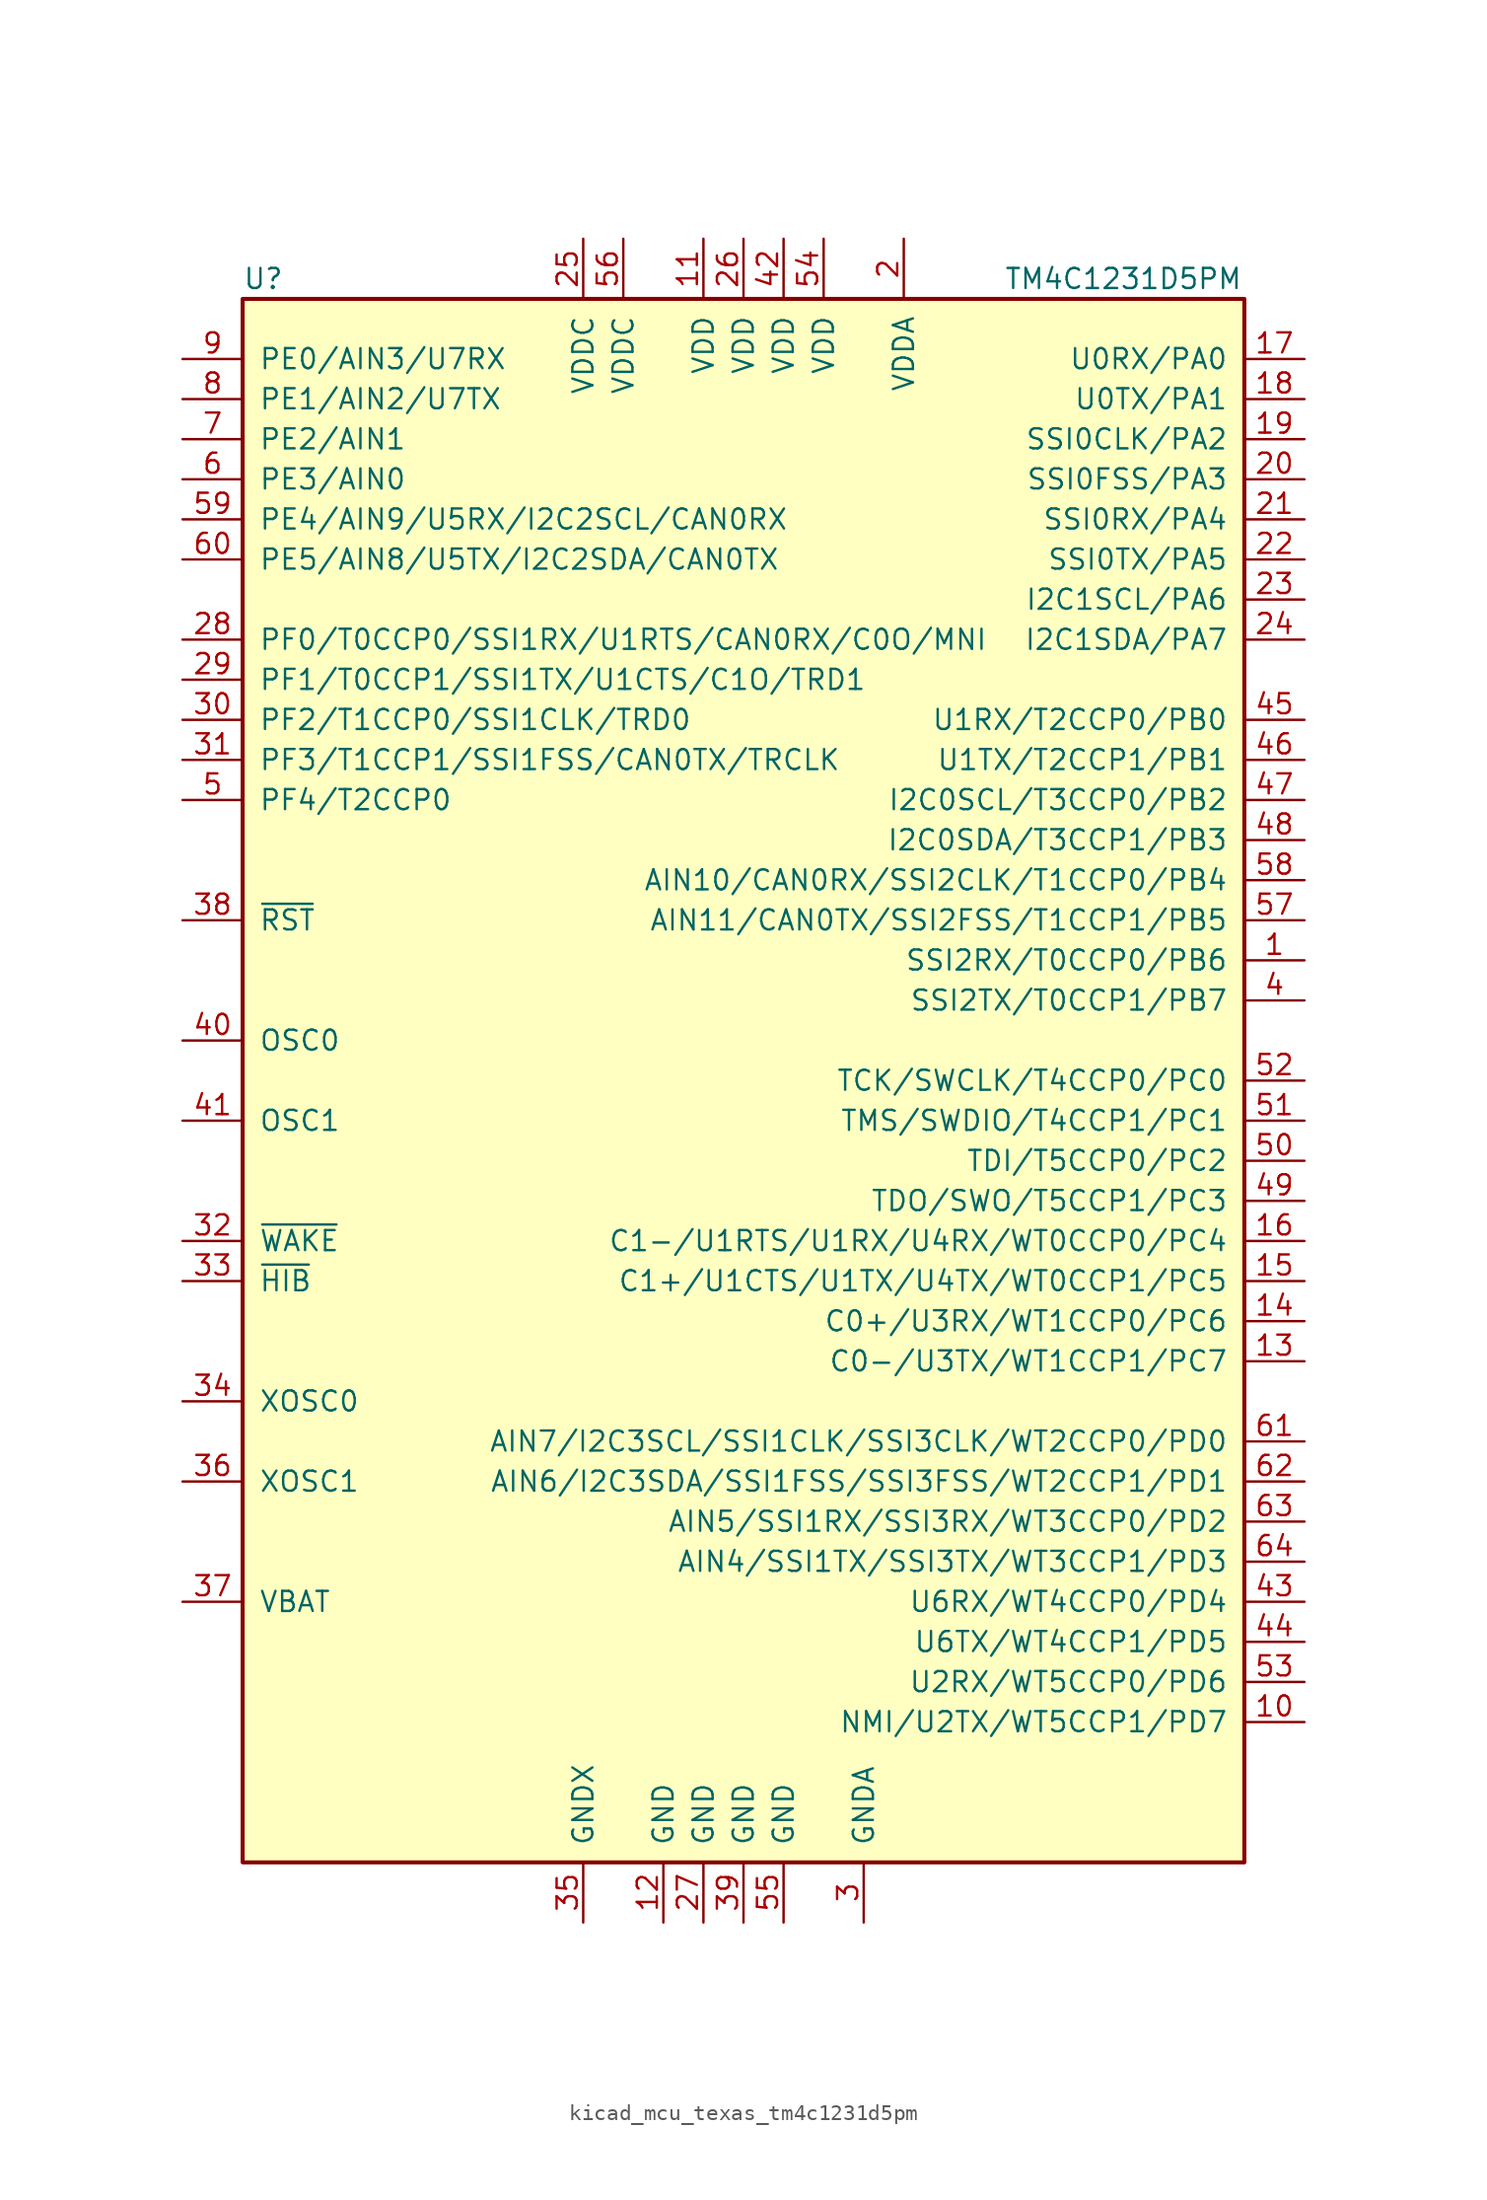
<source format=kicad_sym>
(kicad_symbol_lib
  (version 20220914)
  (generator kicad_symbol_editor)
  (symbol "kicad_mcu_texas_tm4c1231d5pm"
    (pin_names
      (offset 1.016))
    (property "Reference" "U"
      (at -31.75 50.8 0)
      (effects (font (size 1.27 1.27)) (justify left)))
    (property "Value" "TM4C1231D5PM"
      (at 16.51 50.8 0)
      (effects (font (size 1.27 1.27)) (justify left)))
    (symbol "kicad_mcu_texas_tm4c1231d5pm_0_1"
      (rectangle (start -31.75 49.53) (end 31.75 -49.53) (stroke (width 0.254) (type default)) (fill (type background))))
    (symbol "kicad_mcu_texas_tm4c1231d5pm_1_1"
      (pin bidirectional line (at 35.56 7.62 180) (length 3.81) (name "SSI2RX/T0CCP0/PB6" (effects (font (size 1.27 1.27)))) (number "1" (effects (font (size 1.27 1.27)))))
      (pin bidirectional line (at 35.56 -40.64 180) (length 3.81) (name "NMI/U2TX/WT5CCP1/PD7" (effects (font (size 1.27 1.27)))) (number "10" (effects (font (size 1.27 1.27)))))
      (pin power_in line (at -2.54 53.34 270) (length 3.81) (name "VDD" (effects (font (size 1.27 1.27)))) (number "11" (effects (font (size 1.27 1.27)))))
      (pin power_in line (at -5.08 -53.34 90) (length 3.81) (name "GND" (effects (font (size 1.27 1.27)))) (number "12" (effects (font (size 1.27 1.27)))))
      (pin bidirectional line (at 35.56 -17.78 180) (length 3.81) (name "C0-/U3TX/WT1CCP1/PC7" (effects (font (size 1.27 1.27)))) (number "13" (effects (font (size 1.27 1.27)))))
      (pin bidirectional line (at 35.56 -15.24 180) (length 3.81) (name "C0+/U3RX/WT1CCP0/PC6" (effects (font (size 1.27 1.27)))) (number "14" (effects (font (size 1.27 1.27)))))
      (pin bidirectional line (at 35.56 -12.7 180) (length 3.81) (name "C1+/U1CTS/U1TX/U4TX/WT0CCP1/PC5" (effects (font (size 1.27 1.27)))) (number "15" (effects (font (size 1.27 1.27)))))
      (pin bidirectional line (at 35.56 -10.16 180) (length 3.81) (name "C1-/U1RTS/U1RX/U4RX/WT0CCP0/PC4" (effects (font (size 1.27 1.27)))) (number "16" (effects (font (size 1.27 1.27)))))
      (pin bidirectional line (at 35.56 45.72 180) (length 3.81) (name "U0RX/PA0" (effects (font (size 1.27 1.27)))) (number "17" (effects (font (size 1.27 1.27)))))
      (pin bidirectional line (at 35.56 43.18 180) (length 3.81) (name "U0TX/PA1" (effects (font (size 1.27 1.27)))) (number "18" (effects (font (size 1.27 1.27)))))
      (pin bidirectional line (at 35.56 40.64 180) (length 3.81) (name "SSI0CLK/PA2" (effects (font (size 1.27 1.27)))) (number "19" (effects (font (size 1.27 1.27)))))
      (pin power_in line (at 10.16 53.34 270) (length 3.81) (name "VDDA" (effects (font (size 1.27 1.27)))) (number "2" (effects (font (size 1.27 1.27)))))
      (pin bidirectional line (at 35.56 38.1 180) (length 3.81) (name "SSI0FSS/PA3" (effects (font (size 1.27 1.27)))) (number "20" (effects (font (size 1.27 1.27)))))
      (pin bidirectional line (at 35.56 35.56 180) (length 3.81) (name "SSI0RX/PA4" (effects (font (size 1.27 1.27)))) (number "21" (effects (font (size 1.27 1.27)))))
      (pin bidirectional line (at 35.56 33.02 180) (length 3.81) (name "SSI0TX/PA5" (effects (font (size 1.27 1.27)))) (number "22" (effects (font (size 1.27 1.27)))))
      (pin bidirectional line (at 35.56 30.48 180) (length 3.81) (name "I2C1SCL/PA6" (effects (font (size 1.27 1.27)))) (number "23" (effects (font (size 1.27 1.27)))))
      (pin bidirectional line (at 35.56 27.94 180) (length 3.81) (name "I2C1SDA/PA7" (effects (font (size 1.27 1.27)))) (number "24" (effects (font (size 1.27 1.27)))))
      (pin power_in line (at -10.16 53.34 270) (length 3.81) (name "VDDC" (effects (font (size 1.27 1.27)))) (number "25" (effects (font (size 1.27 1.27)))))
      (pin power_in line (at 0 53.34 270) (length 3.81) (name "VDD" (effects (font (size 1.27 1.27)))) (number "26" (effects (font (size 1.27 1.27)))))
      (pin power_in line (at -2.54 -53.34 90) (length 3.81) (name "GND" (effects (font (size 1.27 1.27)))) (number "27" (effects (font (size 1.27 1.27)))))
      (pin bidirectional line (at -35.56 27.94 0) (length 3.81) (name "PF0/T0CCP0/SSI1RX/U1RTS/CAN0RX/C0O/MNI" (effects (font (size 1.27 1.27)))) (number "28" (effects (font (size 1.27 1.27)))))
      (pin bidirectional line (at -35.56 25.4 0) (length 3.81) (name "PF1/T0CCP1/SSI1TX/U1CTS/C1O/TRD1" (effects (font (size 1.27 1.27)))) (number "29" (effects (font (size 1.27 1.27)))))
      (pin power_in line (at 7.62 -53.34 90) (length 3.81) (name "GNDA" (effects (font (size 1.27 1.27)))) (number "3" (effects (font (size 1.27 1.27)))))
      (pin bidirectional line (at -35.56 22.86 0) (length 3.81) (name "PF2/T1CCP0/SSI1CLK/TRD0" (effects (font (size 1.27 1.27)))) (number "30" (effects (font (size 1.27 1.27)))))
      (pin bidirectional line (at -35.56 20.32 0) (length 3.81) (name "PF3/T1CCP1/SSI1FSS/CAN0TX/TRCLK" (effects (font (size 1.27 1.27)))) (number "31" (effects (font (size 1.27 1.27)))))
      (pin input line (at -35.56 -10.16 0) (length 3.81) (name "~{WAKE}" (effects (font (size 1.27 1.27)))) (number "32" (effects (font (size 1.27 1.27)))))
      (pin open_collector line (at -35.56 -12.7 0) (length 3.81) (name "~{HIB}" (effects (font (size 1.27 1.27)))) (number "33" (effects (font (size 1.27 1.27)))))
      (pin passive line (at -35.56 -20.32 0) (length 3.81) (name "XOSC0" (effects (font (size 1.27 1.27)))) (number "34" (effects (font (size 1.27 1.27)))))
      (pin power_in line (at -10.16 -53.34 90) (length 3.81) (name "GNDX" (effects (font (size 1.27 1.27)))) (number "35" (effects (font (size 1.27 1.27)))))
      (pin passive line (at -35.56 -25.4 0) (length 3.81) (name "XOSC1" (effects (font (size 1.27 1.27)))) (number "36" (effects (font (size 1.27 1.27)))))
      (pin passive line (at -35.56 -33.02 0) (length 3.81) (name "VBAT" (effects (font (size 1.27 1.27)))) (number "37" (effects (font (size 1.27 1.27)))))
      (pin input line (at -35.56 10.16 0) (length 3.81) (name "~{RST}" (effects (font (size 1.27 1.27)))) (number "38" (effects (font (size 1.27 1.27)))))
      (pin bidirectional line (at 0 -53.34 90) (length 3.81) (name "GND" (effects (font (size 1.27 1.27)))) (number "39" (effects (font (size 1.27 1.27)))))
      (pin bidirectional line (at 35.56 5.08 180) (length 3.81) (name "SSI2TX/T0CCP1/PB7" (effects (font (size 1.27 1.27)))) (number "4" (effects (font (size 1.27 1.27)))))
      (pin passive line (at -35.56 2.54 0) (length 3.81) (name "OSC0" (effects (font (size 1.27 1.27)))) (number "40" (effects (font (size 1.27 1.27)))))
      (pin passive line (at -35.56 -2.54 0) (length 3.81) (name "OSC1" (effects (font (size 1.27 1.27)))) (number "41" (effects (font (size 1.27 1.27)))))
      (pin power_in line (at 2.54 53.34 270) (length 3.81) (name "VDD" (effects (font (size 1.27 1.27)))) (number "42" (effects (font (size 1.27 1.27)))))
      (pin bidirectional line (at 35.56 -33.02 180) (length 3.81) (name "U6RX/WT4CCP0/PD4" (effects (font (size 1.27 1.27)))) (number "43" (effects (font (size 1.27 1.27)))))
      (pin bidirectional line (at 35.56 -35.56 180) (length 3.81) (name "U6TX/WT4CCP1/PD5" (effects (font (size 1.27 1.27)))) (number "44" (effects (font (size 1.27 1.27)))))
      (pin bidirectional line (at 35.56 22.86 180) (length 3.81) (name "U1RX/T2CCP0/PB0" (effects (font (size 1.27 1.27)))) (number "45" (effects (font (size 1.27 1.27)))))
      (pin bidirectional line (at 35.56 20.32 180) (length 3.81) (name "U1TX/T2CCP1/PB1" (effects (font (size 1.27 1.27)))) (number "46" (effects (font (size 1.27 1.27)))))
      (pin bidirectional line (at 35.56 17.78 180) (length 3.81) (name "I2C0SCL/T3CCP0/PB2" (effects (font (size 1.27 1.27)))) (number "47" (effects (font (size 1.27 1.27)))))
      (pin bidirectional line (at 35.56 15.24 180) (length 3.81) (name "I2C0SDA/T3CCP1/PB3" (effects (font (size 1.27 1.27)))) (number "48" (effects (font (size 1.27 1.27)))))
      (pin bidirectional line (at 35.56 -7.62 180) (length 3.81) (name "TDO/SWO/T5CCP1/PC3" (effects (font (size 1.27 1.27)))) (number "49" (effects (font (size 1.27 1.27)))))
      (pin bidirectional line (at -35.56 17.78 0) (length 3.81) (name "PF4/T2CCP0" (effects (font (size 1.27 1.27)))) (number "5" (effects (font (size 1.27 1.27)))))
      (pin bidirectional line (at 35.56 -5.08 180) (length 3.81) (name "TDI/T5CCP0/PC2" (effects (font (size 1.27 1.27)))) (number "50" (effects (font (size 1.27 1.27)))))
      (pin bidirectional line (at 35.56 -2.54 180) (length 3.81) (name "TMS/SWDIO/T4CCP1/PC1" (effects (font (size 1.27 1.27)))) (number "51" (effects (font (size 1.27 1.27)))))
      (pin bidirectional line (at 35.56 0 180) (length 3.81) (name "TCK/SWCLK/T4CCP0/PC0" (effects (font (size 1.27 1.27)))) (number "52" (effects (font (size 1.27 1.27)))))
      (pin bidirectional line (at 35.56 -38.1 180) (length 3.81) (name "U2RX/WT5CCP0/PD6" (effects (font (size 1.27 1.27)))) (number "53" (effects (font (size 1.27 1.27)))))
      (pin power_in line (at 5.08 53.34 270) (length 3.81) (name "VDD" (effects (font (size 1.27 1.27)))) (number "54" (effects (font (size 1.27 1.27)))))
      (pin power_in line (at 2.54 -53.34 90) (length 3.81) (name "GND" (effects (font (size 1.27 1.27)))) (number "55" (effects (font (size 1.27 1.27)))))
      (pin power_in line (at -7.62 53.34 270) (length 3.81) (name "VDDC" (effects (font (size 1.27 1.27)))) (number "56" (effects (font (size 1.27 1.27)))))
      (pin bidirectional line (at 35.56 10.16 180) (length 3.81) (name "AIN11/CAN0TX/SSI2FSS/T1CCP1/PB5" (effects (font (size 1.27 1.27)))) (number "57" (effects (font (size 1.27 1.27)))))
      (pin bidirectional line (at 35.56 12.7 180) (length 3.81) (name "AIN10/CAN0RX/SSI2CLK/T1CCP0/PB4" (effects (font (size 1.27 1.27)))) (number "58" (effects (font (size 1.27 1.27)))))
      (pin bidirectional line (at -35.56 35.56 0) (length 3.81) (name "PE4/AIN9/U5RX/I2C2SCL/CAN0RX" (effects (font (size 1.27 1.27)))) (number "59" (effects (font (size 1.27 1.27)))))
      (pin bidirectional line (at -35.56 38.1 0) (length 3.81) (name "PE3/AIN0" (effects (font (size 1.27 1.27)))) (number "6" (effects (font (size 1.27 1.27)))))
      (pin bidirectional line (at -35.56 33.02 0) (length 3.81) (name "PE5/AIN8/U5TX/I2C2SDA/CAN0TX" (effects (font (size 1.27 1.27)))) (number "60" (effects (font (size 1.27 1.27)))))
      (pin bidirectional line (at 35.56 -22.86 180) (length 3.81) (name "AIN7/I2C3SCL/SSI1CLK/SSI3CLK/WT2CCP0/PD0" (effects (font (size 1.27 1.27)))) (number "61" (effects (font (size 1.27 1.27)))))
      (pin bidirectional line (at 35.56 -25.4 180) (length 3.81) (name "AIN6/I2C3SDA/SSI1FSS/SSI3FSS/WT2CCP1/PD1" (effects (font (size 1.27 1.27)))) (number "62" (effects (font (size 1.27 1.27)))))
      (pin bidirectional line (at 35.56 -27.94 180) (length 3.81) (name "AIN5/SSI1RX/SSI3RX/WT3CCP0/PD2" (effects (font (size 1.27 1.27)))) (number "63" (effects (font (size 1.27 1.27)))))
      (pin bidirectional line (at 35.56 -30.48 180) (length 3.81) (name "AIN4/SSI1TX/SSI3TX/WT3CCP1/PD3" (effects (font (size 1.27 1.27)))) (number "64" (effects (font (size 1.27 1.27)))))
      (pin bidirectional line (at -35.56 40.64 0) (length 3.81) (name "PE2/AIN1" (effects (font (size 1.27 1.27)))) (number "7" (effects (font (size 1.27 1.27)))))
      (pin bidirectional line (at -35.56 43.18 0) (length 3.81) (name "PE1/AIN2/U7TX" (effects (font (size 1.27 1.27)))) (number "8" (effects (font (size 1.27 1.27)))))
      (pin bidirectional line (at -35.56 45.72 0) (length 3.81) (name "PE0/AIN3/U7RX" (effects (font (size 1.27 1.27)))) (number "9" (effects (font (size 1.27 1.27))))))))
</source>
